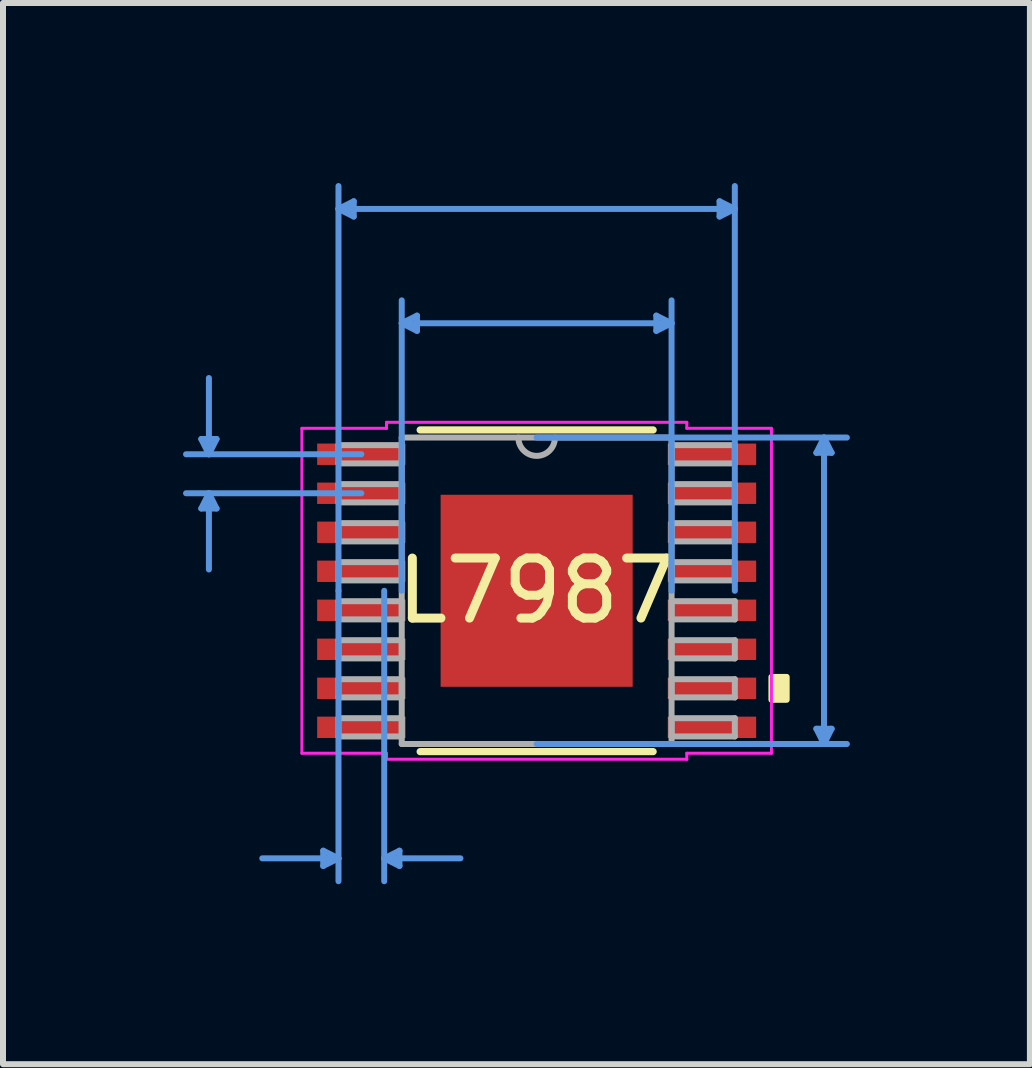
<source format=kicad_pcb>
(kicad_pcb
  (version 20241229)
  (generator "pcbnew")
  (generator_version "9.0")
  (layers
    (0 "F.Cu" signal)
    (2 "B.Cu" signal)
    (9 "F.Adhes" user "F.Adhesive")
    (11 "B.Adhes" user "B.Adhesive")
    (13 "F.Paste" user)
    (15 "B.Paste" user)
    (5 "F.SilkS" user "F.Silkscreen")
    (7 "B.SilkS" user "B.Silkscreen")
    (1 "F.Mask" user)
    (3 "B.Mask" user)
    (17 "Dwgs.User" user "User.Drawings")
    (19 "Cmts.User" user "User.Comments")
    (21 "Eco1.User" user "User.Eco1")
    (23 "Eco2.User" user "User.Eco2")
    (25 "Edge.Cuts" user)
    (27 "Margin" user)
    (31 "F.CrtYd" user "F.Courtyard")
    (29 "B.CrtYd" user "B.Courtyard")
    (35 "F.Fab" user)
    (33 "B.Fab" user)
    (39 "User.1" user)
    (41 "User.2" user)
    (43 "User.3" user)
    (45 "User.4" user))
  (footprint "L7987"
    (layer "F.Cu")
    (at 5.892 6.794)
    (property "Reference" "L7987" (at 0 0 0) (layer "F.SilkS") (effects (font (size 1 1) (thickness 0.15))))
    (attr through_hole)
    (fp_line (start -1.941 2.68) (end 1.941 2.68) (stroke (width 0.12) (type solid)) (layer "F.SilkS"))
    (fp_line (start 1.941 -2.68) (end -1.941 -2.68) (stroke (width 0.12) (type solid)) (layer "F.SilkS"))
    (fp_poly (pts (xy 4.166 1.435) (xy 4.166 1.816) (xy 3.912 1.816) (xy 3.912 1.435)) (stroke (width 0.1) (type solid)) (fill yes) (layer "F.SilkS"))
    (fp_poly (pts (xy -1.5 -1.5) (xy -1.5 -0.1) (xy -0.1 -0.1) (xy -0.1 -1.5)) (stroke (width 0.1) (type solid)) (fill yes) (layer "F.Paste"))
    (fp_poly (pts (xy -1.5 0.1) (xy -1.5 1.5) (xy -0.1 1.5) (xy -0.1 0.1)) (stroke (width 0.1) (type solid)) (fill yes) (layer "F.Paste"))
    (fp_poly (pts (xy 0.1 -1.5) (xy 0.1 -0.1) (xy 1.5 -0.1) (xy 1.5 -1.5)) (stroke (width 0.1) (type solid)) (fill yes) (layer "F.Paste"))
    (fp_poly (pts (xy 0.1 0.1) (xy 0.1 1.5) (xy 1.5 1.5) (xy 1.5 0.1)) (stroke (width 0.1) (type solid)) (fill yes) (layer "F.Paste"))
    (fp_line (start -5.588 -2.529) (end -5.334 -2.529) (stroke (width 0.1) (type solid)) (layer "Cmts.User"))
    (fp_line (start -5.588 -1.371) (end -5.334 -1.371) (stroke (width 0.1) (type solid)) (layer "Cmts.User"))
    (fp_line (start -5.461 -2.275) (end -5.588 -2.529) (stroke (width 0.1) (type solid)) (layer "Cmts.User"))
    (fp_line (start -5.461 -2.275) (end -5.461 -3.545) (stroke (width 0.1) (type solid)) (layer "Cmts.User"))
    (fp_line (start -5.461 -2.275) (end -5.334 -2.529) (stroke (width 0.1) (type solid)) (layer "Cmts.User"))
    (fp_line (start -5.461 -1.625) (end -5.588 -1.371) (stroke (width 0.1) (type solid)) (layer "Cmts.User"))
    (fp_line (start -5.461 -1.625) (end -5.461 -0.355) (stroke (width 0.1) (type solid)) (layer "Cmts.User"))
    (fp_line (start -5.461 -1.625) (end -5.334 -1.371) (stroke (width 0.1) (type solid)) (layer "Cmts.User"))
    (fp_line (start -3.556 4.331) (end -3.556 4.585) (stroke (width 0.1) (type solid)) (layer "Cmts.User"))
    (fp_line (start -3.302 -6.363) (end -3.048 -6.49) (stroke (width 0.1) (type solid)) (layer "Cmts.User"))
    (fp_line (start -3.302 -6.363) (end -3.048 -6.236) (stroke (width 0.1) (type solid)) (layer "Cmts.User"))
    (fp_line (start -3.302 -6.363) (end 3.302 -6.363) (stroke (width 0.1) (type solid)) (layer "Cmts.User"))
    (fp_line (start -3.302 0) (end -3.302 -6.744) (stroke (width 0.1) (type solid)) (layer "Cmts.User"))
    (fp_line (start -3.302 0) (end -3.302 4.839) (stroke (width 0.1) (type solid)) (layer "Cmts.User"))
    (fp_line (start -3.302 4.458) (end -4.572 4.458) (stroke (width 0.1) (type solid)) (layer "Cmts.User"))
    (fp_line (start -3.302 4.458) (end -3.556 4.331) (stroke (width 0.1) (type solid)) (layer "Cmts.User"))
    (fp_line (start -3.302 4.458) (end -3.556 4.585) (stroke (width 0.1) (type solid)) (layer "Cmts.User"))
    (fp_line (start -3.048 -6.49) (end -3.048 -6.236) (stroke (width 0.1) (type solid)) (layer "Cmts.User"))
    (fp_line (start -2.921 -2.275) (end -5.842 -2.275) (stroke (width 0.1) (type solid)) (layer "Cmts.User"))
    (fp_line (start -2.921 -1.625) (end -5.842 -1.625) (stroke (width 0.1) (type solid)) (layer "Cmts.User"))
    (fp_line (start -2.54 0) (end -2.54 4.839) (stroke (width 0.1) (type solid)) (layer "Cmts.User"))
    (fp_line (start -2.54 4.458) (end -2.286 4.331) (stroke (width 0.1) (type solid)) (layer "Cmts.User"))
    (fp_line (start -2.54 4.458) (end -2.286 4.585) (stroke (width 0.1) (type solid)) (layer "Cmts.User"))
    (fp_line (start -2.54 4.458) (end -1.27 4.458) (stroke (width 0.1) (type solid)) (layer "Cmts.User"))
    (fp_line (start -2.286 4.331) (end -2.286 4.585) (stroke (width 0.1) (type solid)) (layer "Cmts.User"))
    (fp_line (start -2.248 -4.458) (end -1.994 -4.585) (stroke (width 0.1) (type solid)) (layer "Cmts.User"))
    (fp_line (start -2.248 -4.458) (end -1.994 -4.331) (stroke (width 0.1) (type solid)) (layer "Cmts.User"))
    (fp_line (start -2.248 -4.458) (end 2.248 -4.458) (stroke (width 0.1) (type solid)) (layer "Cmts.User"))
    (fp_line (start -2.248 0) (end -2.248 -4.839) (stroke (width 0.1) (type solid)) (layer "Cmts.User"))
    (fp_line (start -1.994 -4.585) (end -1.994 -4.331) (stroke (width 0.1) (type solid)) (layer "Cmts.User"))
    (fp_line (start 0 -2.553) (end 5.169 -2.553) (stroke (width 0.1) (type solid)) (layer "Cmts.User"))
    (fp_line (start 0 2.553) (end 5.169 2.553) (stroke (width 0.1) (type solid)) (layer "Cmts.User"))
    (fp_line (start 1.994 -4.585) (end 1.994 -4.331) (stroke (width 0.1) (type solid)) (layer "Cmts.User"))
    (fp_line (start 2.248 -4.458) (end 1.994 -4.585) (stroke (width 0.1) (type solid)) (layer "Cmts.User"))
    (fp_line (start 2.248 -4.458) (end 1.994 -4.331) (stroke (width 0.1) (type solid)) (layer "Cmts.User"))
    (fp_line (start 2.248 0) (end 2.248 -4.839) (stroke (width 0.1) (type solid)) (layer "Cmts.User"))
    (fp_line (start 3.048 -6.49) (end 3.048 -6.236) (stroke (width 0.1) (type solid)) (layer "Cmts.User"))
    (fp_line (start 3.302 -6.363) (end 3.048 -6.49) (stroke (width 0.1) (type solid)) (layer "Cmts.User"))
    (fp_line (start 3.302 -6.363) (end 3.048 -6.236) (stroke (width 0.1) (type solid)) (layer "Cmts.User"))
    (fp_line (start 3.302 0) (end 3.302 -6.744) (stroke (width 0.1) (type solid)) (layer "Cmts.User"))
    (fp_line (start 4.661 -2.299) (end 4.915 -2.299) (stroke (width 0.1) (type solid)) (layer "Cmts.User"))
    (fp_line (start 4.661 2.299) (end 4.915 2.299) (stroke (width 0.1) (type solid)) (layer "Cmts.User"))
    (fp_line (start 4.788 -2.553) (end 4.661 -2.299) (stroke (width 0.1) (type solid)) (layer "Cmts.User"))
    (fp_line (start 4.788 -2.553) (end 4.788 2.553) (stroke (width 0.1) (type solid)) (layer "Cmts.User"))
    (fp_line (start 4.788 -2.553) (end 4.915 -2.299) (stroke (width 0.1) (type solid)) (layer "Cmts.User"))
    (fp_line (start 4.788 2.553) (end 4.661 2.299) (stroke (width 0.1) (type solid)) (layer "Cmts.User"))
    (fp_line (start 4.788 2.553) (end 4.915 2.299) (stroke (width 0.1) (type solid)) (layer "Cmts.User"))
    (fp_line (start -3.912 -2.707) (end -2.502 -2.707) (stroke (width 0.05) (type solid)) (layer "F.CrtYd"))
    (fp_line (start -3.912 2.707) (end -3.912 -2.707) (stroke (width 0.05) (type solid)) (layer "F.CrtYd"))
    (fp_line (start -3.912 2.707) (end -2.502 2.707) (stroke (width 0.05) (type solid)) (layer "F.CrtYd"))
    (fp_line (start -2.502 -2.807) (end 2.502 -2.807) (stroke (width 0.05) (type solid)) (layer "F.CrtYd"))
    (fp_line (start -2.502 -2.707) (end -2.502 -2.807) (stroke (width 0.05) (type solid)) (layer "F.CrtYd"))
    (fp_line (start -2.502 2.807) (end -2.502 2.707) (stroke (width 0.05) (type solid)) (layer "F.CrtYd"))
    (fp_line (start 2.502 -2.807) (end 2.502 -2.707) (stroke (width 0.05) (type solid)) (layer "F.CrtYd"))
    (fp_line (start 2.502 -2.707) (end 3.912 -2.707) (stroke (width 0.05) (type solid)) (layer "F.CrtYd"))
    (fp_line (start 2.502 2.707) (end 2.502 2.807) (stroke (width 0.05) (type solid)) (layer "F.CrtYd"))
    (fp_line (start 2.502 2.807) (end -2.502 2.807) (stroke (width 0.05) (type solid)) (layer "F.CrtYd"))
    (fp_line (start 3.912 -2.707) (end 3.912 2.707) (stroke (width 0.05) (type solid)) (layer "F.CrtYd"))
    (fp_line (start 3.912 2.707) (end 2.502 2.707) (stroke (width 0.05) (type solid)) (layer "F.CrtYd"))
    (fp_line (start -3.302 -2.427) (end -3.302 -2.123) (stroke (width 0.1) (type solid)) (layer "F.Fab"))
    (fp_line (start -3.302 -2.123) (end -2.248 -2.123) (stroke (width 0.1) (type solid)) (layer "F.Fab"))
    (fp_line (start -3.302 -1.777) (end -3.302 -1.473) (stroke (width 0.1) (type solid)) (layer "F.Fab"))
    (fp_line (start -3.302 -1.473) (end -2.248 -1.473) (stroke (width 0.1) (type solid)) (layer "F.Fab"))
    (fp_line (start -3.302 -1.127) (end -3.302 -0.823) (stroke (width 0.1) (type solid)) (layer "F.Fab"))
    (fp_line (start -3.302 -0.823) (end -2.248 -0.823) (stroke (width 0.1) (type solid)) (layer "F.Fab"))
    (fp_line (start -3.302 -0.477) (end -3.302 -0.173) (stroke (width 0.1) (type solid)) (layer "F.Fab"))
    (fp_line (start -3.302 -0.173) (end -2.248 -0.173) (stroke (width 0.1) (type solid)) (layer "F.Fab"))
    (fp_line (start -3.302 0.173) (end -3.302 0.477) (stroke (width 0.1) (type solid)) (layer "F.Fab"))
    (fp_line (start -3.302 0.477) (end -2.248 0.477) (stroke (width 0.1) (type solid)) (layer "F.Fab"))
    (fp_line (start -3.302 0.823) (end -3.302 1.127) (stroke (width 0.1) (type solid)) (layer "F.Fab"))
    (fp_line (start -3.302 1.127) (end -2.248 1.127) (stroke (width 0.1) (type solid)) (layer "F.Fab"))
    (fp_line (start -3.302 1.473) (end -3.302 1.777) (stroke (width 0.1) (type solid)) (layer "F.Fab"))
    (fp_line (start -3.302 1.777) (end -2.248 1.777) (stroke (width 0.1) (type solid)) (layer "F.Fab"))
    (fp_line (start -3.302 2.123) (end -3.302 2.427) (stroke (width 0.1) (type solid)) (layer "F.Fab"))
    (fp_line (start -3.302 2.427) (end -2.248 2.427) (stroke (width 0.1) (type solid)) (layer "F.Fab"))
    (fp_line (start -2.248 -2.553) (end -2.248 2.553) (stroke (width 0.1) (type solid)) (layer "F.Fab"))
    (fp_line (start -2.248 -2.427) (end -3.302 -2.427) (stroke (width 0.1) (type solid)) (layer "F.Fab"))
    (fp_line (start -2.248 -2.123) (end -2.248 -2.427) (stroke (width 0.1) (type solid)) (layer "F.Fab"))
    (fp_line (start -2.248 -1.777) (end -3.302 -1.777) (stroke (width 0.1) (type solid)) (layer "F.Fab"))
    (fp_line (start -2.248 -1.473) (end -2.248 -1.777) (stroke (width 0.1) (type solid)) (layer "F.Fab"))
    (fp_line (start -2.248 -1.127) (end -3.302 -1.127) (stroke (width 0.1) (type solid)) (layer "F.Fab"))
    (fp_line (start -2.248 -0.823) (end -2.248 -1.127) (stroke (width 0.1) (type solid)) (layer "F.Fab"))
    (fp_line (start -2.248 -0.477) (end -3.302 -0.477) (stroke (width 0.1) (type solid)) (layer "F.Fab"))
    (fp_line (start -2.248 -0.173) (end -2.248 -0.477) (stroke (width 0.1) (type solid)) (layer "F.Fab"))
    (fp_line (start -2.248 0.173) (end -3.302 0.173) (stroke (width 0.1) (type solid)) (layer "F.Fab"))
    (fp_line (start -2.248 0.477) (end -2.248 0.173) (stroke (width 0.1) (type solid)) (layer "F.Fab"))
    (fp_line (start -2.248 0.823) (end -3.302 0.823) (stroke (width 0.1) (type solid)) (layer "F.Fab"))
    (fp_line (start -2.248 1.127) (end -2.248 0.823) (stroke (width 0.1) (type solid)) (layer "F.Fab"))
    (fp_line (start -2.248 1.473) (end -3.302 1.473) (stroke (width 0.1) (type solid)) (layer "F.Fab"))
    (fp_line (start -2.248 1.777) (end -2.248 1.473) (stroke (width 0.1) (type solid)) (layer "F.Fab"))
    (fp_line (start -2.248 2.123) (end -3.302 2.123) (stroke (width 0.1) (type solid)) (layer "F.Fab"))
    (fp_line (start -2.248 2.427) (end -2.248 2.123) (stroke (width 0.1) (type solid)) (layer "F.Fab"))
    (fp_line (start -2.248 2.553) (end 2.248 2.553) (stroke (width 0.1) (type solid)) (layer "F.Fab"))
    (fp_line (start 2.248 -2.553) (end -2.248 -2.553) (stroke (width 0.1) (type solid)) (layer "F.Fab"))
    (fp_line (start 2.248 -2.427) (end 2.248 -2.123) (stroke (width 0.1) (type solid)) (layer "F.Fab"))
    (fp_line (start 2.248 -2.123) (end 3.302 -2.123) (stroke (width 0.1) (type solid)) (layer "F.Fab"))
    (fp_line (start 2.248 -1.777) (end 2.248 -1.473) (stroke (width 0.1) (type solid)) (layer "F.Fab"))
    (fp_line (start 2.248 -1.473) (end 3.302 -1.473) (stroke (width 0.1) (type solid)) (layer "F.Fab"))
    (fp_line (start 2.248 -1.127) (end 2.248 -0.823) (stroke (width 0.1) (type solid)) (layer "F.Fab"))
    (fp_line (start 2.248 -0.823) (end 3.302 -0.823) (stroke (width 0.1) (type solid)) (layer "F.Fab"))
    (fp_line (start 2.248 -0.477) (end 2.248 -0.173) (stroke (width 0.1) (type solid)) (layer "F.Fab"))
    (fp_line (start 2.248 -0.173) (end 3.302 -0.173) (stroke (width 0.1) (type solid)) (layer "F.Fab"))
    (fp_line (start 2.248 0.173) (end 2.248 0.477) (stroke (width 0.1) (type solid)) (layer "F.Fab"))
    (fp_line (start 2.248 0.477) (end 3.302 0.477) (stroke (width 0.1) (type solid)) (layer "F.Fab"))
    (fp_line (start 2.248 0.823) (end 2.248 1.127) (stroke (width 0.1) (type solid)) (layer "F.Fab"))
    (fp_line (start 2.248 1.127) (end 3.302 1.127) (stroke (width 0.1) (type solid)) (layer "F.Fab"))
    (fp_line (start 2.248 1.473) (end 2.248 1.777) (stroke (width 0.1) (type solid)) (layer "F.Fab"))
    (fp_line (start 2.248 1.777) (end 3.302 1.777) (stroke (width 0.1) (type solid)) (layer "F.Fab"))
    (fp_line (start 2.248 2.123) (end 2.248 2.427) (stroke (width 0.1) (type solid)) (layer "F.Fab"))
    (fp_line (start 2.248 2.427) (end 3.302 2.427) (stroke (width 0.1) (type solid)) (layer "F.Fab"))
    (fp_line (start 2.248 2.553) (end 2.248 -2.553) (stroke (width 0.1) (type solid)) (layer "F.Fab"))
    (fp_line (start 3.302 -2.427) (end 2.248 -2.427) (stroke (width 0.1) (type solid)) (layer "F.Fab"))
    (fp_line (start 3.302 -2.123) (end 3.302 -2.427) (stroke (width 0.1) (type solid)) (layer "F.Fab"))
    (fp_line (start 3.302 -1.777) (end 2.248 -1.777) (stroke (width 0.1) (type solid)) (layer "F.Fab"))
    (fp_line (start 3.302 -1.473) (end 3.302 -1.777) (stroke (width 0.1) (type solid)) (layer "F.Fab"))
    (fp_line (start 3.302 -1.127) (end 2.248 -1.127) (stroke (width 0.1) (type solid)) (layer "F.Fab"))
    (fp_line (start 3.302 -0.823) (end 3.302 -1.127) (stroke (width 0.1) (type solid)) (layer "F.Fab"))
    (fp_line (start 3.302 -0.477) (end 2.248 -0.477) (stroke (width 0.1) (type solid)) (layer "F.Fab"))
    (fp_line (start 3.302 -0.173) (end 3.302 -0.477) (stroke (width 0.1) (type solid)) (layer "F.Fab"))
    (fp_line (start 3.302 0.173) (end 2.248 0.173) (stroke (width 0.1) (type solid)) (layer "F.Fab"))
    (fp_line (start 3.302 0.477) (end 3.302 0.173) (stroke (width 0.1) (type solid)) (layer "F.Fab"))
    (fp_line (start 3.302 0.823) (end 2.248 0.823) (stroke (width 0.1) (type solid)) (layer "F.Fab"))
    (fp_line (start 3.302 1.127) (end 3.302 0.823) (stroke (width 0.1) (type solid)) (layer "F.Fab"))
    (fp_line (start 3.302 1.473) (end 2.248 1.473) (stroke (width 0.1) (type solid)) (layer "F.Fab"))
    (fp_line (start 3.302 1.777) (end 3.302 1.473) (stroke (width 0.1) (type solid)) (layer "F.Fab"))
    (fp_line (start 3.302 2.123) (end 2.248 2.123) (stroke (width 0.1) (type solid)) (layer "F.Fab"))
    (fp_line (start 3.302 2.427) (end 3.302 2.123) (stroke (width 0.1) (type solid)) (layer "F.Fab"))
    (fp_arc (start 0.3048 -2.5527) (mid 0 -2.2479) (end -0.3048 -2.5527) (stroke (width 0.1) (type solid)) (layer "F.Fab"))
    (pad "1" smd rect (at -2.921 -2.275) (size 1.473 0.356) (layers "F.Cu" "F.Mask" "F.Paste"))
    (pad "2" smd rect (at -2.921 -1.625) (size 1.473 0.356) (layers "F.Cu" "F.Mask" "F.Paste"))
    (pad "3" smd rect (at -2.921 -0.975) (size 1.473 0.356) (layers "F.Cu" "F.Mask" "F.Paste"))
    (pad "4" smd rect (at -2.921 -0.325) (size 1.473 0.356) (layers "F.Cu" "F.Mask" "F.Paste"))
    (pad "5" smd rect (at -2.921 0.325) (size 1.473 0.356) (layers "F.Cu" "F.Mask" "F.Paste"))
    (pad "6" smd rect (at -2.921 0.975) (size 1.473 0.356) (layers "F.Cu" "F.Mask" "F.Paste"))
    (pad "7" smd rect (at -2.921 1.625) (size 1.473 0.356) (layers "F.Cu" "F.Mask" "F.Paste"))
    (pad "8" smd rect (at -2.921 2.275) (size 1.473 0.356) (layers "F.Cu" "F.Mask" "F.Paste"))
    (pad "9" smd rect (at 2.921 2.275) (size 1.473 0.356) (layers "F.Cu" "F.Mask" "F.Paste"))
    (pad "10" smd rect (at 2.921 1.625) (size 1.473 0.356) (layers "F.Cu" "F.Mask" "F.Paste"))
    (pad "11" smd rect (at 2.921 0.975) (size 1.473 0.356) (layers "F.Cu" "F.Mask" "F.Paste"))
    (pad "12" smd rect (at 2.921 0.325) (size 1.473 0.356) (layers "F.Cu" "F.Mask" "F.Paste"))
    (pad "13" smd rect (at 2.921 -0.325) (size 1.473 0.356) (layers "F.Cu" "F.Mask" "F.Paste"))
    (pad "14" smd rect (at 2.921 -0.975) (size 1.473 0.356) (layers "F.Cu" "F.Mask" "F.Paste"))
    (pad "15" smd rect (at 2.921 -1.625) (size 1.473 0.356) (layers "F.Cu" "F.Mask" "F.Paste"))
    (pad "16" smd rect (at 2.921 -2.275) (size 1.473 0.356) (layers "F.Cu" "F.Mask" "F.Paste"))
    (pad "EPAD" smd rect (at 0 0) (size 3.2 3.2) (layers "F.Cu" "F.Mask")))
  (gr_rect
    (start -3 -3)
    (end 14.111 14.682)
    (stroke (width 0.1) (type default))
    (fill no)
    (layer "Edge.Cuts")))
</source>
